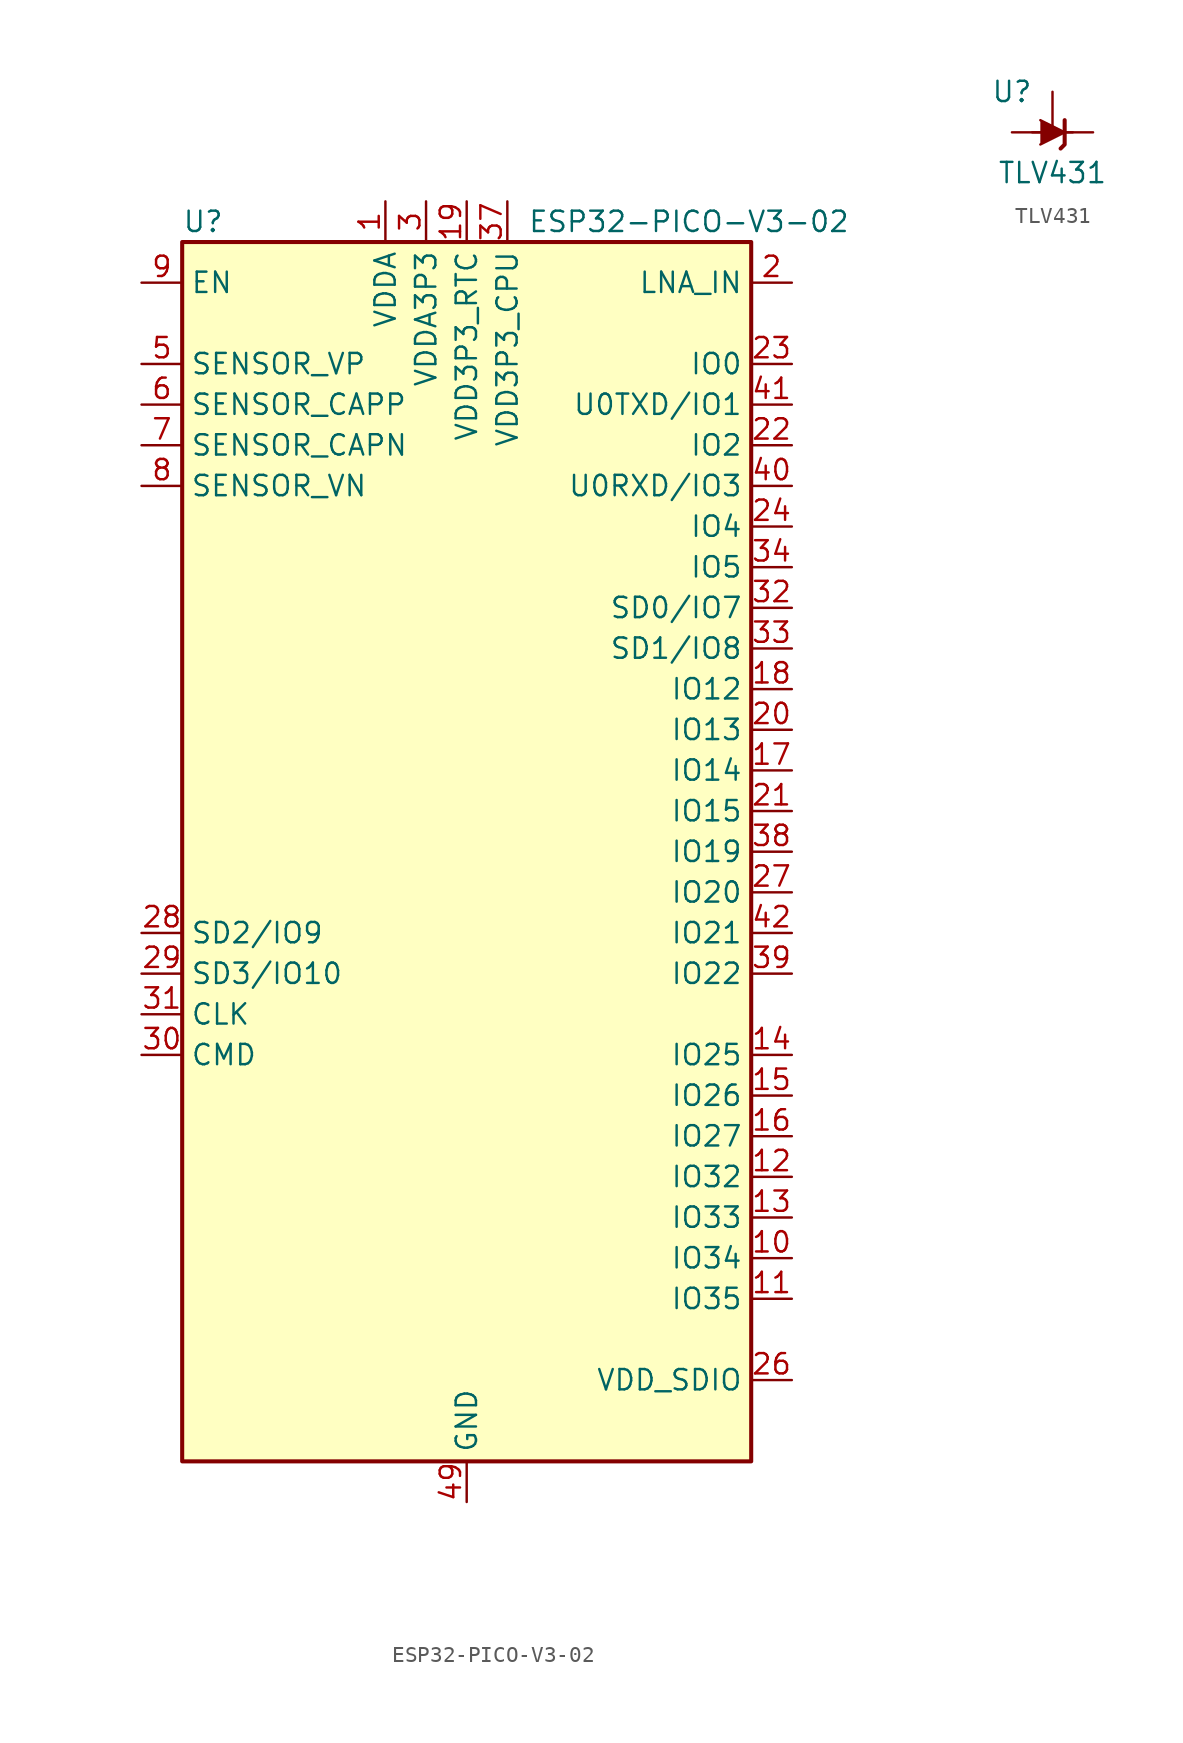
<source format=kicad_sym>
(kicad_symbol_lib
  (version 20211014)
  (generator kicad_symbol_editor)
  (symbol "ESP32-PICO-V3-02"
    (property "Reference" "U"
      (at -17.78 39.37 0)
      (effects (font (size 1.27 1.27)) (justify left)))
    (property "Value" "ESP32-PICO-V3-02"
      (at 3.81 39.37 0)
      (effects (font (size 1.27 1.27)) (justify left)))
    (symbol "ESP32-PICO-V3-02_0_0"
      (pin power_in line (at -5.08 40.64 270) (length 2.54) (name "VDDA" (effects (font (size 1.27 1.27)))) (number "1" (effects (font (size 1.27 1.27)))))
      (pin input line (at 20.32 -25.4 180) (length 2.54) (name "IO34" (effects (font (size 1.27 1.27)))) (number "10" (effects (font (size 1.27 1.27)))))
      (pin input line (at 20.32 -27.94 180) (length 2.54) (name "IO35" (effects (font (size 1.27 1.27)))) (number "11" (effects (font (size 1.27 1.27)))))
      (pin bidirectional line (at 20.32 -20.32 180) (length 2.54) (name "IO32" (effects (font (size 1.27 1.27)))) (number "12" (effects (font (size 1.27 1.27)))))
      (pin bidirectional line (at 20.32 -22.86 180) (length 2.54) (name "IO33" (effects (font (size 1.27 1.27)))) (number "13" (effects (font (size 1.27 1.27)))))
      (pin bidirectional line (at 20.32 -12.7 180) (length 2.54) (name "IO25" (effects (font (size 1.27 1.27)))) (number "14" (effects (font (size 1.27 1.27)))))
      (pin bidirectional line (at 20.32 -15.24 180) (length 2.54) (name "IO26" (effects (font (size 1.27 1.27)))) (number "15" (effects (font (size 1.27 1.27)))))
      (pin bidirectional line (at 20.32 -17.78 180) (length 2.54) (name "IO27" (effects (font (size 1.27 1.27)))) (number "16" (effects (font (size 1.27 1.27)))))
      (pin bidirectional line (at 20.32 5.08 180) (length 2.54) (name "IO14" (effects (font (size 1.27 1.27)))) (number "17" (effects (font (size 1.27 1.27)))))
      (pin bidirectional line (at 20.32 10.16 180) (length 2.54) (name "IO12" (effects (font (size 1.27 1.27)))) (number "18" (effects (font (size 1.27 1.27)))))
      (pin power_in line (at 0 40.64 270) (length 2.54) (name "VDD3P3_RTC" (effects (font (size 1.27 1.27)))) (number "19" (effects (font (size 1.27 1.27)))))
      (pin bidirectional line (at 20.32 35.56 180) (length 2.54) (name "LNA_IN" (effects (font (size 1.27 1.27)))) (number "2" (effects (font (size 1.27 1.27)))))
      (pin bidirectional line (at 20.32 7.62 180) (length 2.54) (name "IO13" (effects (font (size 1.27 1.27)))) (number "20" (effects (font (size 1.27 1.27)))))
      (pin bidirectional line (at 20.32 2.54 180) (length 2.54) (name "IO15" (effects (font (size 1.27 1.27)))) (number "21" (effects (font (size 1.27 1.27)))))
      (pin bidirectional line (at 20.32 25.4 180) (length 2.54) (name "IO2" (effects (font (size 1.27 1.27)))) (number "22" (effects (font (size 1.27 1.27)))))
      (pin bidirectional line (at 20.32 30.48 180) (length 2.54) (name "IO0" (effects (font (size 1.27 1.27)))) (number "23" (effects (font (size 1.27 1.27)))))
      (pin bidirectional line (at 20.32 20.32 180) (length 2.54) (name "IO4" (effects (font (size 1.27 1.27)))) (number "24" (effects (font (size 1.27 1.27)))))
      (pin no_connect line (at -20.32 0 0) (length 2.54) hide (name "IO16" (effects (font (size 1.27 1.27)))) (number "25" (effects (font (size 1.27 1.27)))))
      (pin power_out line (at 20.32 -33.02 180) (length 2.54) (name "VDD_SDIO" (effects (font (size 1.27 1.27)))) (number "26" (effects (font (size 1.27 1.27)))))
      (pin bidirectional line (at 20.32 -2.54 180) (length 2.54) (name "IO20" (effects (font (size 1.27 1.27)))) (number "27" (effects (font (size 1.27 1.27)))))
      (pin bidirectional line (at -20.32 -5.08 0) (length 2.54) (name "SD2/IO9" (effects (font (size 1.27 1.27)))) (number "28" (effects (font (size 1.27 1.27)))))
      (pin bidirectional line (at -20.32 -7.62 0) (length 2.54) (name "SD3/IO10" (effects (font (size 1.27 1.27)))) (number "29" (effects (font (size 1.27 1.27)))))
      (pin power_in line (at -2.54 40.64 270) (length 2.54) (name "VDDA3P3" (effects (font (size 1.27 1.27)))) (number "3" (effects (font (size 1.27 1.27)))))
      (pin bidirectional line (at -20.32 -12.7 0) (length 2.54) (name "CMD" (effects (font (size 1.27 1.27)))) (number "30" (effects (font (size 1.27 1.27)))))
      (pin bidirectional line (at -20.32 -10.16 0) (length 2.54) (name "CLK" (effects (font (size 1.27 1.27)))) (number "31" (effects (font (size 1.27 1.27)))))
      (pin bidirectional line (at 20.32 15.24 180) (length 2.54) (name "SD0/IO7" (effects (font (size 1.27 1.27)))) (number "32" (effects (font (size 1.27 1.27)))))
      (pin bidirectional line (at 20.32 12.7 180) (length 2.54) (name "SD1/IO8" (effects (font (size 1.27 1.27)))) (number "33" (effects (font (size 1.27 1.27)))))
      (pin bidirectional line (at 20.32 17.78 180) (length 2.54) (name "IO5" (effects (font (size 1.27 1.27)))) (number "34" (effects (font (size 1.27 1.27)))))
      (pin no_connect line (at -20.32 1.905 0) (length 2.54) hide (name "IO18" (effects (font (size 1.27 1.27)))) (number "35" (effects (font (size 1.27 1.27)))))
      (pin no_connect line (at 20.32 -10.16 180) (length 2.54) hide (name "IO23" (effects (font (size 1.27 1.27)))) (number "36" (effects (font (size 1.27 1.27)))))
      (pin power_in line (at 2.54 40.64 270) (length 2.54) (name "VDD3P3_CPU" (effects (font (size 1.27 1.27)))) (number "37" (effects (font (size 1.27 1.27)))))
      (pin bidirectional line (at 20.32 0 180) (length 2.54) (name "IO19" (effects (font (size 1.27 1.27)))) (number "38" (effects (font (size 1.27 1.27)))))
      (pin bidirectional line (at 20.32 -7.62 180) (length 2.54) (name "IO22" (effects (font (size 1.27 1.27)))) (number "39" (effects (font (size 1.27 1.27)))))
      (pin passive line (at -2.54 40.64 270) (length 2.54) hide (name "VDDA3P3" (effects (font (size 1.27 1.27)))) (number "4" (effects (font (size 1.27 1.27)))))
      (pin bidirectional line (at 20.32 22.86 180) (length 2.54) (name "U0RXD/IO3" (effects (font (size 1.27 1.27)))) (number "40" (effects (font (size 1.27 1.27)))))
      (pin bidirectional line (at 20.32 27.94 180) (length 2.54) (name "U0TXD/IO1" (effects (font (size 1.27 1.27)))) (number "41" (effects (font (size 1.27 1.27)))))
      (pin bidirectional line (at 20.32 -5.08 180) (length 2.54) (name "IO21" (effects (font (size 1.27 1.27)))) (number "42" (effects (font (size 1.27 1.27)))))
      (pin passive line (at -5.08 40.64 270) (length 2.54) hide (name "VDDA" (effects (font (size 1.27 1.27)))) (number "43" (effects (font (size 1.27 1.27)))))
      (pin no_connect line (at -17.78 -25.4 0) (length 2.54) hide (name "XTAL_N_NC" (effects (font (size 1.27 1.27)))) (number "44" (effects (font (size 1.27 1.27)))))
      (pin no_connect line (at -17.78 -27.94 0) (length 2.54) hide (name "XTAL_P_NC" (effects (font (size 1.27 1.27)))) (number "45" (effects (font (size 1.27 1.27)))))
      (pin passive line (at -5.08 40.64 270) (length 2.54) hide (name "VDDA" (effects (font (size 1.27 1.27)))) (number "46" (effects (font (size 1.27 1.27)))))
      (pin no_connect line (at -17.78 -30.48 0) (length 2.54) hide (name "CAP2_NC" (effects (font (size 1.27 1.27)))) (number "47" (effects (font (size 1.27 1.27)))))
      (pin no_connect line (at -17.78 -33.02 0) (length 2.54) hide (name "CAP1_NC" (effects (font (size 1.27 1.27)))) (number "48" (effects (font (size 1.27 1.27)))))
      (pin power_in line (at 0 -40.64 90) (length 2.54) (name "GND" (effects (font (size 1.27 1.27)))) (number "49" (effects (font (size 1.27 1.27)))))
      (pin input line (at -20.32 30.48 0) (length 2.54) (name "SENSOR_VP" (effects (font (size 1.27 1.27)))) (number "5" (effects (font (size 1.27 1.27)))))
      (pin input line (at -20.32 27.94 0) (length 2.54) (name "SENSOR_CAPP" (effects (font (size 1.27 1.27)))) (number "6" (effects (font (size 1.27 1.27)))))
      (pin input line (at -20.32 25.4 0) (length 2.54) (name "SENSOR_CAPN" (effects (font (size 1.27 1.27)))) (number "7" (effects (font (size 1.27 1.27)))))
      (pin input line (at -20.32 22.86 0) (length 2.54) (name "SENSOR_VN" (effects (font (size 1.27 1.27)))) (number "8" (effects (font (size 1.27 1.27)))))
      (pin input line (at -20.32 35.56 0) (length 2.54) (name "EN" (effects (font (size 1.27 1.27)))) (number "9" (effects (font (size 1.27 1.27))))))
    (symbol "ESP32-PICO-V3-02_0_1"
      (rectangle (start -17.78 38.1) (end 17.78 -38.1) (stroke (width 0.254) (type default) (color 0 0 0 0)) (fill (type background)))))
  (symbol "TLV431"
    (pin_numbers hide)
    (pin_names hide)
    (property "Reference" "U"
      (at -2.54 2.54 0)
      (effects (font (size 1.27 1.27))))
    (property "Value" "TLV431"
      (at 0 -2.54 0)
      (effects (font (size 1.27 1.27))))
    (symbol "TLV431_0_1"
      (polyline (pts (xy -1.27 0) (xy 0 0) (xy 1.27 0)) (stroke (width 0) (type default) (color 0 0 0 0)) (fill (type none)))
      (polyline (pts (xy -0.762 0.762) (xy 0.762 0) (xy -0.762 -0.762)) (stroke (width 0) (type default) (color 0 0 0 0)) (fill (type outline)))
      (polyline (pts (xy 0.508 -1.016) (xy 0.762 -0.762) (xy 0.762 0.762) (xy 0.762 0.762)) (stroke (width 0.254) (type default) (color 0 0 0 0)) (fill (type none))))
    (symbol "TLV431_1_1"
      (pin passive line (at 2.54 0 180) (length 2.54) (name "K" (effects (font (size 1.27 1.27)))) (number "1" (effects (font (size 1.27 1.27)))))
      (pin passive line (at 0 2.54 270) (length 2.54) (name "REF" (effects (font (size 1.27 1.27)))) (number "2" (effects (font (size 1.27 1.27)))))
      (pin passive line (at -2.54 0 0) (length 2.54) (name "A" (effects (font (size 1.27 1.27)))) (number "3" (effects (font (size 1.27 1.27))))))))
</source>
